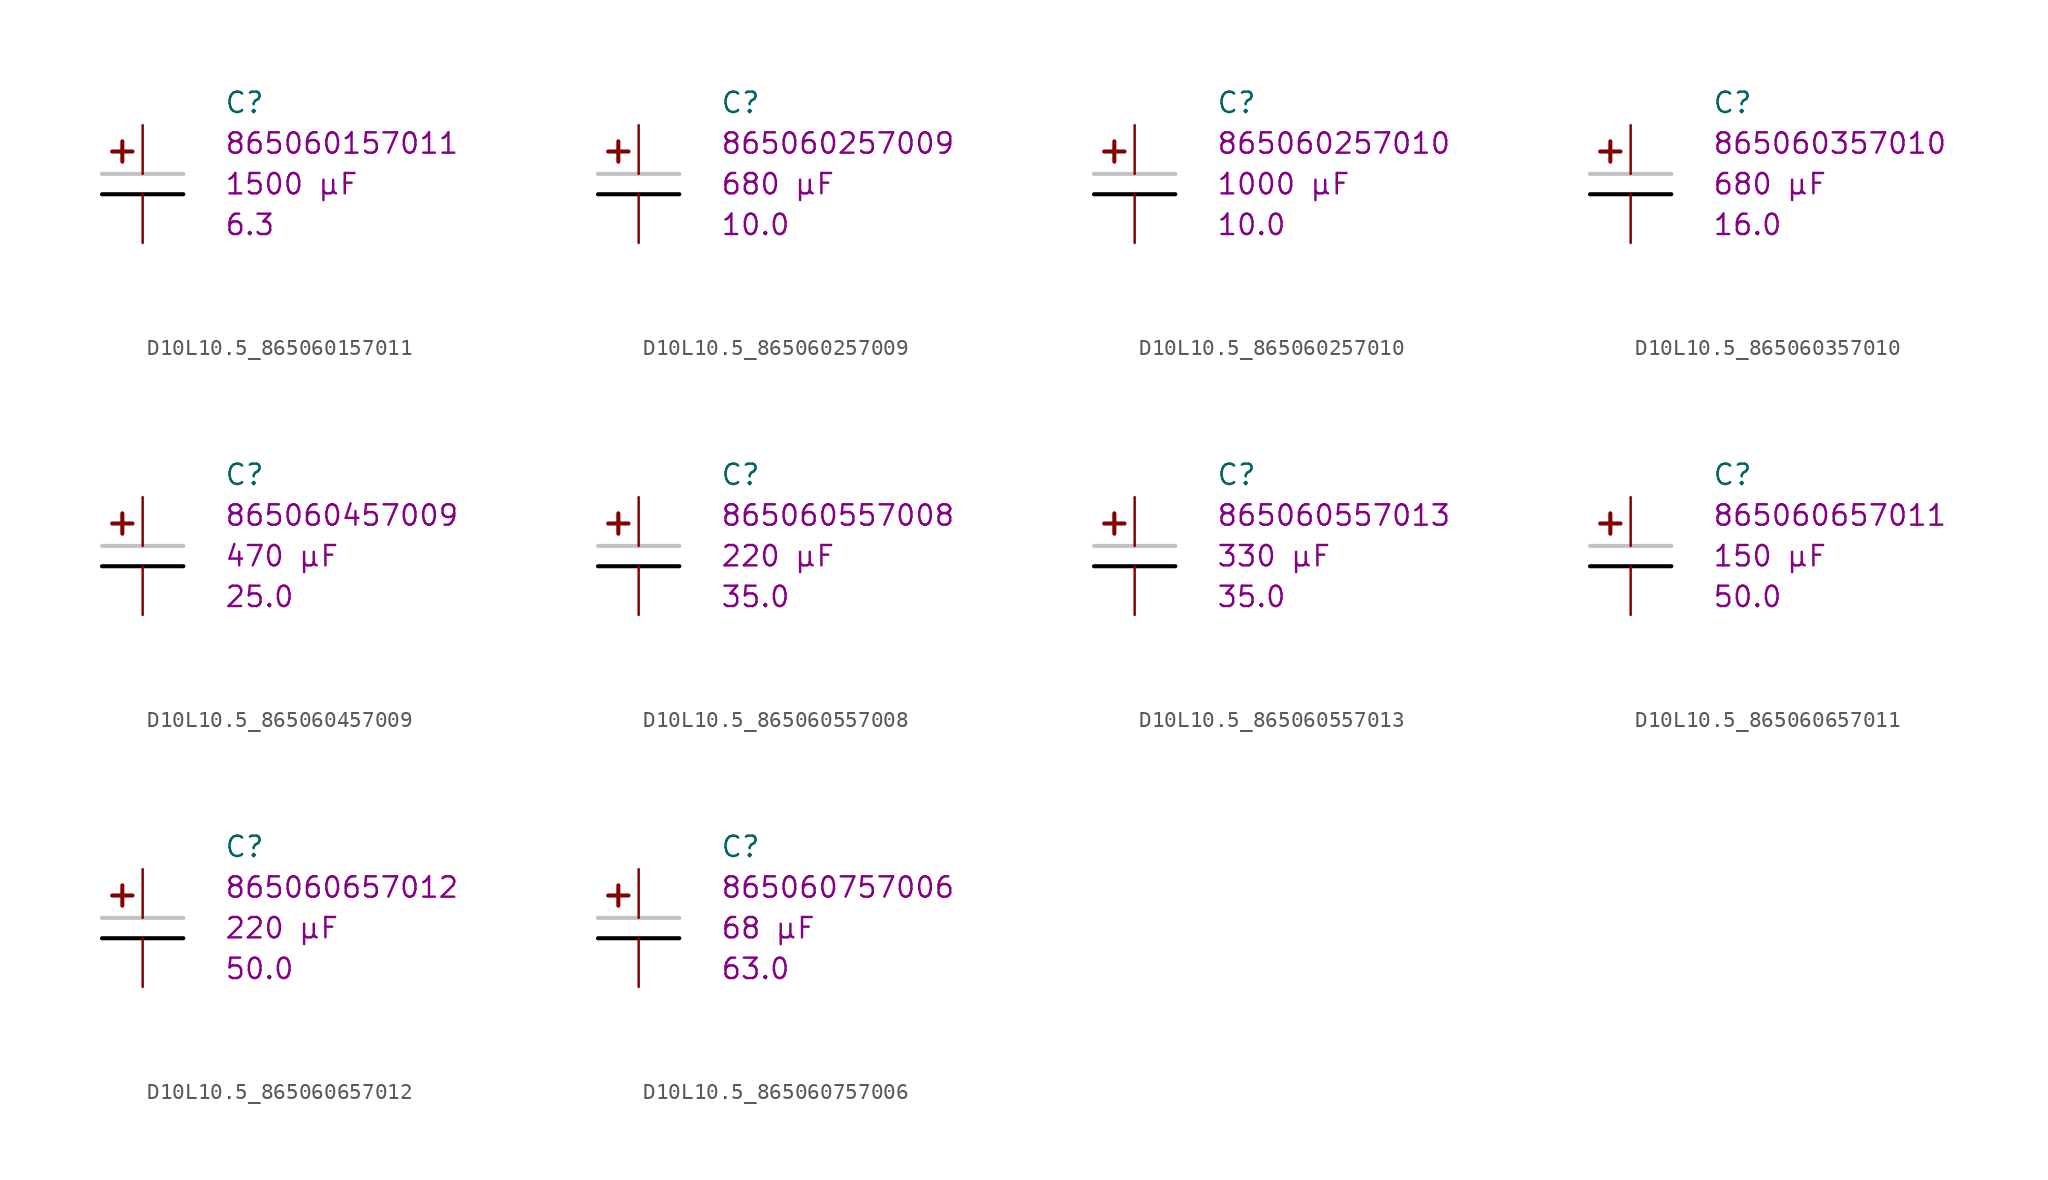
<source format=kicad_sym>
(kicad_symbol_lib
  (version 20220914)
  (generator kicad_symbol_editor)
  (symbol "D10L10.5_865060157011"
    (pin_numbers hide)
    (pin_names hide)
    (property "Reference" "C"
      (at 5.08 5.08 0)
      (effects (font (size 1.27 1.27)) (justify left)))
    (property "Part Number" "865060157011"
      (at 5.08 2.54 0)
      (effects (font (size 1.27 1.27)) (justify left)))
    (property "Capacitance" "1500 µF"
      (at 5.08 0 0)
      (effects (font (size 1.27 1.27)) (justify left)))
    (property "Voltage" "6.3"
      (at 5.08 -2.54 0)
      (effects (font (size 1.27 1.27)) (justify left)))
    (property "Critical Parameter" ""
      (at 0 -7.62 0)
      (effects (font (size 1.27 1.27))))
    (symbol "D10L10.5_865060157011_1_1"
      (polyline (pts (xy -1.27 2.667) (xy -1.27 1.397)) (stroke (width 0.254) (type default)) (fill (type none)))
      (polyline (pts (xy -0.635 2.032) (xy -1.905 2.032)) (stroke (width 0.254) (type default)) (fill (type none)))
      (polyline (pts (xy 2.54 -0.635) (xy -2.54 -0.635)) (stroke (width 0.254) (type default) (color 0 0 0 1)) (fill (type none)))
      (polyline (pts (xy 2.54 0.635) (xy -2.54 0.635)) (stroke (width 0.254) (type default) (color 194 194 194 1)) (fill (type none)))
      (pin passive line (at 0 3.679 270) (length 3.044) (name "1" (effects (font (size 1.27 1.27)))) (number "1" (effects (font (size 1.27 1.27)))))
      (pin passive line (at 0 -3.679 90) (length 3.044) (name "2" (effects (font (size 1.27 1.27)))) (number "2" (effects (font (size 1.27 1.27)))))))
  (symbol "D10L10.5_865060257009"
    (pin_numbers hide)
    (pin_names hide)
    (property "Reference" "C"
      (at 5.08 5.08 0)
      (effects (font (size 1.27 1.27)) (justify left)))
    (property "Part Number" "865060257009"
      (at 5.08 2.54 0)
      (effects (font (size 1.27 1.27)) (justify left)))
    (property "Capacitance" "680 µF"
      (at 5.08 0 0)
      (effects (font (size 1.27 1.27)) (justify left)))
    (property "Voltage" "10.0"
      (at 5.08 -2.54 0)
      (effects (font (size 1.27 1.27)) (justify left)))
    (property "Critical Parameter" ""
      (at 0 -7.62 0)
      (effects (font (size 1.27 1.27))))
    (symbol "D10L10.5_865060257009_1_1"
      (polyline (pts (xy -1.27 2.667) (xy -1.27 1.397)) (stroke (width 0.254) (type default)) (fill (type none)))
      (polyline (pts (xy -0.635 2.032) (xy -1.905 2.032)) (stroke (width 0.254) (type default)) (fill (type none)))
      (polyline (pts (xy 2.54 -0.635) (xy -2.54 -0.635)) (stroke (width 0.254) (type default) (color 0 0 0 1)) (fill (type none)))
      (polyline (pts (xy 2.54 0.635) (xy -2.54 0.635)) (stroke (width 0.254) (type default) (color 194 194 194 1)) (fill (type none)))
      (pin passive line (at 0 3.679 270) (length 3.044) (name "1" (effects (font (size 1.27 1.27)))) (number "1" (effects (font (size 1.27 1.27)))))
      (pin passive line (at 0 -3.679 90) (length 3.044) (name "2" (effects (font (size 1.27 1.27)))) (number "2" (effects (font (size 1.27 1.27)))))))
  (symbol "D10L10.5_865060257010"
    (pin_numbers hide)
    (pin_names hide)
    (property "Reference" "C"
      (at 5.08 5.08 0)
      (effects (font (size 1.27 1.27)) (justify left)))
    (property "Part Number" "865060257010"
      (at 5.08 2.54 0)
      (effects (font (size 1.27 1.27)) (justify left)))
    (property "Capacitance" "1000 µF"
      (at 5.08 0 0)
      (effects (font (size 1.27 1.27)) (justify left)))
    (property "Voltage" "10.0"
      (at 5.08 -2.54 0)
      (effects (font (size 1.27 1.27)) (justify left)))
    (property "Critical Parameter" ""
      (at 0 -7.62 0)
      (effects (font (size 1.27 1.27))))
    (symbol "D10L10.5_865060257010_1_1"
      (polyline (pts (xy -1.27 2.667) (xy -1.27 1.397)) (stroke (width 0.254) (type default)) (fill (type none)))
      (polyline (pts (xy -0.635 2.032) (xy -1.905 2.032)) (stroke (width 0.254) (type default)) (fill (type none)))
      (polyline (pts (xy 2.54 -0.635) (xy -2.54 -0.635)) (stroke (width 0.254) (type default) (color 0 0 0 1)) (fill (type none)))
      (polyline (pts (xy 2.54 0.635) (xy -2.54 0.635)) (stroke (width 0.254) (type default) (color 194 194 194 1)) (fill (type none)))
      (pin passive line (at 0 3.679 270) (length 3.044) (name "1" (effects (font (size 1.27 1.27)))) (number "1" (effects (font (size 1.27 1.27)))))
      (pin passive line (at 0 -3.679 90) (length 3.044) (name "2" (effects (font (size 1.27 1.27)))) (number "2" (effects (font (size 1.27 1.27)))))))
  (symbol "D10L10.5_865060357010"
    (pin_numbers hide)
    (pin_names hide)
    (property "Reference" "C"
      (at 5.08 5.08 0)
      (effects (font (size 1.27 1.27)) (justify left)))
    (property "Part Number" "865060357010"
      (at 5.08 2.54 0)
      (effects (font (size 1.27 1.27)) (justify left)))
    (property "Capacitance" "680 µF"
      (at 5.08 0 0)
      (effects (font (size 1.27 1.27)) (justify left)))
    (property "Voltage" "16.0"
      (at 5.08 -2.54 0)
      (effects (font (size 1.27 1.27)) (justify left)))
    (property "Critical Parameter" ""
      (at 0 -7.62 0)
      (effects (font (size 1.27 1.27))))
    (symbol "D10L10.5_865060357010_1_1"
      (polyline (pts (xy -1.27 2.667) (xy -1.27 1.397)) (stroke (width 0.254) (type default)) (fill (type none)))
      (polyline (pts (xy -0.635 2.032) (xy -1.905 2.032)) (stroke (width 0.254) (type default)) (fill (type none)))
      (polyline (pts (xy 2.54 -0.635) (xy -2.54 -0.635)) (stroke (width 0.254) (type default) (color 0 0 0 1)) (fill (type none)))
      (polyline (pts (xy 2.54 0.635) (xy -2.54 0.635)) (stroke (width 0.254) (type default) (color 194 194 194 1)) (fill (type none)))
      (pin passive line (at 0 3.679 270) (length 3.044) (name "1" (effects (font (size 1.27 1.27)))) (number "1" (effects (font (size 1.27 1.27)))))
      (pin passive line (at 0 -3.679 90) (length 3.044) (name "2" (effects (font (size 1.27 1.27)))) (number "2" (effects (font (size 1.27 1.27)))))))
  (symbol "D10L10.5_865060457009"
    (pin_numbers hide)
    (pin_names hide)
    (property "Reference" "C"
      (at 5.08 5.08 0)
      (effects (font (size 1.27 1.27)) (justify left)))
    (property "Part Number" "865060457009"
      (at 5.08 2.54 0)
      (effects (font (size 1.27 1.27)) (justify left)))
    (property "Capacitance" "470 µF"
      (at 5.08 0 0)
      (effects (font (size 1.27 1.27)) (justify left)))
    (property "Voltage" "25.0"
      (at 5.08 -2.54 0)
      (effects (font (size 1.27 1.27)) (justify left)))
    (property "Critical Parameter" ""
      (at 0 -7.62 0)
      (effects (font (size 1.27 1.27))))
    (symbol "D10L10.5_865060457009_1_1"
      (polyline (pts (xy -1.27 2.667) (xy -1.27 1.397)) (stroke (width 0.254) (type default)) (fill (type none)))
      (polyline (pts (xy -0.635 2.032) (xy -1.905 2.032)) (stroke (width 0.254) (type default)) (fill (type none)))
      (polyline (pts (xy 2.54 -0.635) (xy -2.54 -0.635)) (stroke (width 0.254) (type default) (color 0 0 0 1)) (fill (type none)))
      (polyline (pts (xy 2.54 0.635) (xy -2.54 0.635)) (stroke (width 0.254) (type default) (color 194 194 194 1)) (fill (type none)))
      (pin passive line (at 0 3.679 270) (length 3.044) (name "1" (effects (font (size 1.27 1.27)))) (number "1" (effects (font (size 1.27 1.27)))))
      (pin passive line (at 0 -3.679 90) (length 3.044) (name "2" (effects (font (size 1.27 1.27)))) (number "2" (effects (font (size 1.27 1.27)))))))
  (symbol "D10L10.5_865060557008"
    (pin_numbers hide)
    (pin_names hide)
    (property "Reference" "C"
      (at 5.08 5.08 0)
      (effects (font (size 1.27 1.27)) (justify left)))
    (property "Part Number" "865060557008"
      (at 5.08 2.54 0)
      (effects (font (size 1.27 1.27)) (justify left)))
    (property "Capacitance" "220 µF"
      (at 5.08 0 0)
      (effects (font (size 1.27 1.27)) (justify left)))
    (property "Voltage" "35.0"
      (at 5.08 -2.54 0)
      (effects (font (size 1.27 1.27)) (justify left)))
    (property "Critical Parameter" ""
      (at 0 -7.62 0)
      (effects (font (size 1.27 1.27))))
    (symbol "D10L10.5_865060557008_1_1"
      (polyline (pts (xy -1.27 2.667) (xy -1.27 1.397)) (stroke (width 0.254) (type default)) (fill (type none)))
      (polyline (pts (xy -0.635 2.032) (xy -1.905 2.032)) (stroke (width 0.254) (type default)) (fill (type none)))
      (polyline (pts (xy 2.54 -0.635) (xy -2.54 -0.635)) (stroke (width 0.254) (type default) (color 0 0 0 1)) (fill (type none)))
      (polyline (pts (xy 2.54 0.635) (xy -2.54 0.635)) (stroke (width 0.254) (type default) (color 194 194 194 1)) (fill (type none)))
      (pin passive line (at 0 3.679 270) (length 3.044) (name "1" (effects (font (size 1.27 1.27)))) (number "1" (effects (font (size 1.27 1.27)))))
      (pin passive line (at 0 -3.679 90) (length 3.044) (name "2" (effects (font (size 1.27 1.27)))) (number "2" (effects (font (size 1.27 1.27)))))))
  (symbol "D10L10.5_865060557013"
    (pin_numbers hide)
    (pin_names hide)
    (property "Reference" "C"
      (at 5.08 5.08 0)
      (effects (font (size 1.27 1.27)) (justify left)))
    (property "Part Number" "865060557013"
      (at 5.08 2.54 0)
      (effects (font (size 1.27 1.27)) (justify left)))
    (property "Capacitance" "330 µF"
      (at 5.08 0 0)
      (effects (font (size 1.27 1.27)) (justify left)))
    (property "Voltage" "35.0"
      (at 5.08 -2.54 0)
      (effects (font (size 1.27 1.27)) (justify left)))
    (property "Critical Parameter" ""
      (at 0 -7.62 0)
      (effects (font (size 1.27 1.27))))
    (symbol "D10L10.5_865060557013_1_1"
      (polyline (pts (xy -1.27 2.667) (xy -1.27 1.397)) (stroke (width 0.254) (type default)) (fill (type none)))
      (polyline (pts (xy -0.635 2.032) (xy -1.905 2.032)) (stroke (width 0.254) (type default)) (fill (type none)))
      (polyline (pts (xy 2.54 -0.635) (xy -2.54 -0.635)) (stroke (width 0.254) (type default) (color 0 0 0 1)) (fill (type none)))
      (polyline (pts (xy 2.54 0.635) (xy -2.54 0.635)) (stroke (width 0.254) (type default) (color 194 194 194 1)) (fill (type none)))
      (pin passive line (at 0 3.679 270) (length 3.044) (name "1" (effects (font (size 1.27 1.27)))) (number "1" (effects (font (size 1.27 1.27)))))
      (pin passive line (at 0 -3.679 90) (length 3.044) (name "2" (effects (font (size 1.27 1.27)))) (number "2" (effects (font (size 1.27 1.27)))))))
  (symbol "D10L10.5_865060657011"
    (pin_numbers hide)
    (pin_names hide)
    (property "Reference" "C"
      (at 5.08 5.08 0)
      (effects (font (size 1.27 1.27)) (justify left)))
    (property "Part Number" "865060657011"
      (at 5.08 2.54 0)
      (effects (font (size 1.27 1.27)) (justify left)))
    (property "Capacitance" "150 µF"
      (at 5.08 0 0)
      (effects (font (size 1.27 1.27)) (justify left)))
    (property "Voltage" "50.0"
      (at 5.08 -2.54 0)
      (effects (font (size 1.27 1.27)) (justify left)))
    (property "Critical Parameter" ""
      (at 0 -7.62 0)
      (effects (font (size 1.27 1.27))))
    (symbol "D10L10.5_865060657011_1_1"
      (polyline (pts (xy -1.27 2.667) (xy -1.27 1.397)) (stroke (width 0.254) (type default)) (fill (type none)))
      (polyline (pts (xy -0.635 2.032) (xy -1.905 2.032)) (stroke (width 0.254) (type default)) (fill (type none)))
      (polyline (pts (xy 2.54 -0.635) (xy -2.54 -0.635)) (stroke (width 0.254) (type default) (color 0 0 0 1)) (fill (type none)))
      (polyline (pts (xy 2.54 0.635) (xy -2.54 0.635)) (stroke (width 0.254) (type default) (color 194 194 194 1)) (fill (type none)))
      (pin passive line (at 0 3.679 270) (length 3.044) (name "1" (effects (font (size 1.27 1.27)))) (number "1" (effects (font (size 1.27 1.27)))))
      (pin passive line (at 0 -3.679 90) (length 3.044) (name "2" (effects (font (size 1.27 1.27)))) (number "2" (effects (font (size 1.27 1.27)))))))
  (symbol "D10L10.5_865060657012"
    (pin_numbers hide)
    (pin_names hide)
    (property "Reference" "C"
      (at 5.08 5.08 0)
      (effects (font (size 1.27 1.27)) (justify left)))
    (property "Part Number" "865060657012"
      (at 5.08 2.54 0)
      (effects (font (size 1.27 1.27)) (justify left)))
    (property "Capacitance" "220 µF"
      (at 5.08 0 0)
      (effects (font (size 1.27 1.27)) (justify left)))
    (property "Voltage" "50.0"
      (at 5.08 -2.54 0)
      (effects (font (size 1.27 1.27)) (justify left)))
    (property "Critical Parameter" ""
      (at 0 -7.62 0)
      (effects (font (size 1.27 1.27))))
    (symbol "D10L10.5_865060657012_1_1"
      (polyline (pts (xy -1.27 2.667) (xy -1.27 1.397)) (stroke (width 0.254) (type default)) (fill (type none)))
      (polyline (pts (xy -0.635 2.032) (xy -1.905 2.032)) (stroke (width 0.254) (type default)) (fill (type none)))
      (polyline (pts (xy 2.54 -0.635) (xy -2.54 -0.635)) (stroke (width 0.254) (type default) (color 0 0 0 1)) (fill (type none)))
      (polyline (pts (xy 2.54 0.635) (xy -2.54 0.635)) (stroke (width 0.254) (type default) (color 194 194 194 1)) (fill (type none)))
      (pin passive line (at 0 3.679 270) (length 3.044) (name "1" (effects (font (size 1.27 1.27)))) (number "1" (effects (font (size 1.27 1.27)))))
      (pin passive line (at 0 -3.679 90) (length 3.044) (name "2" (effects (font (size 1.27 1.27)))) (number "2" (effects (font (size 1.27 1.27)))))))
  (symbol "D10L10.5_865060757006"
    (pin_numbers hide)
    (pin_names hide)
    (property "Reference" "C"
      (at 5.08 5.08 0)
      (effects (font (size 1.27 1.27)) (justify left)))
    (property "Part Number" "865060757006"
      (at 5.08 2.54 0)
      (effects (font (size 1.27 1.27)) (justify left)))
    (property "Capacitance" "68 µF"
      (at 5.08 0 0)
      (effects (font (size 1.27 1.27)) (justify left)))
    (property "Voltage" "63.0"
      (at 5.08 -2.54 0)
      (effects (font (size 1.27 1.27)) (justify left)))
    (property "Critical Parameter" ""
      (at 0 -7.62 0)
      (effects (font (size 1.27 1.27))))
    (symbol "D10L10.5_865060757006_1_1"
      (polyline (pts (xy -1.27 2.667) (xy -1.27 1.397)) (stroke (width 0.254) (type default)) (fill (type none)))
      (polyline (pts (xy -0.635 2.032) (xy -1.905 2.032)) (stroke (width 0.254) (type default)) (fill (type none)))
      (polyline (pts (xy 2.54 -0.635) (xy -2.54 -0.635)) (stroke (width 0.254) (type default) (color 0 0 0 1)) (fill (type none)))
      (polyline (pts (xy 2.54 0.635) (xy -2.54 0.635)) (stroke (width 0.254) (type default) (color 194 194 194 1)) (fill (type none)))
      (pin passive line (at 0 3.679 270) (length 3.044) (name "1" (effects (font (size 1.27 1.27)))) (number "1" (effects (font (size 1.27 1.27)))))
      (pin passive line (at 0 -3.679 90) (length 3.044) (name "2" (effects (font (size 1.27 1.27)))) (number "2" (effects (font (size 1.27 1.27))))))))
</source>
